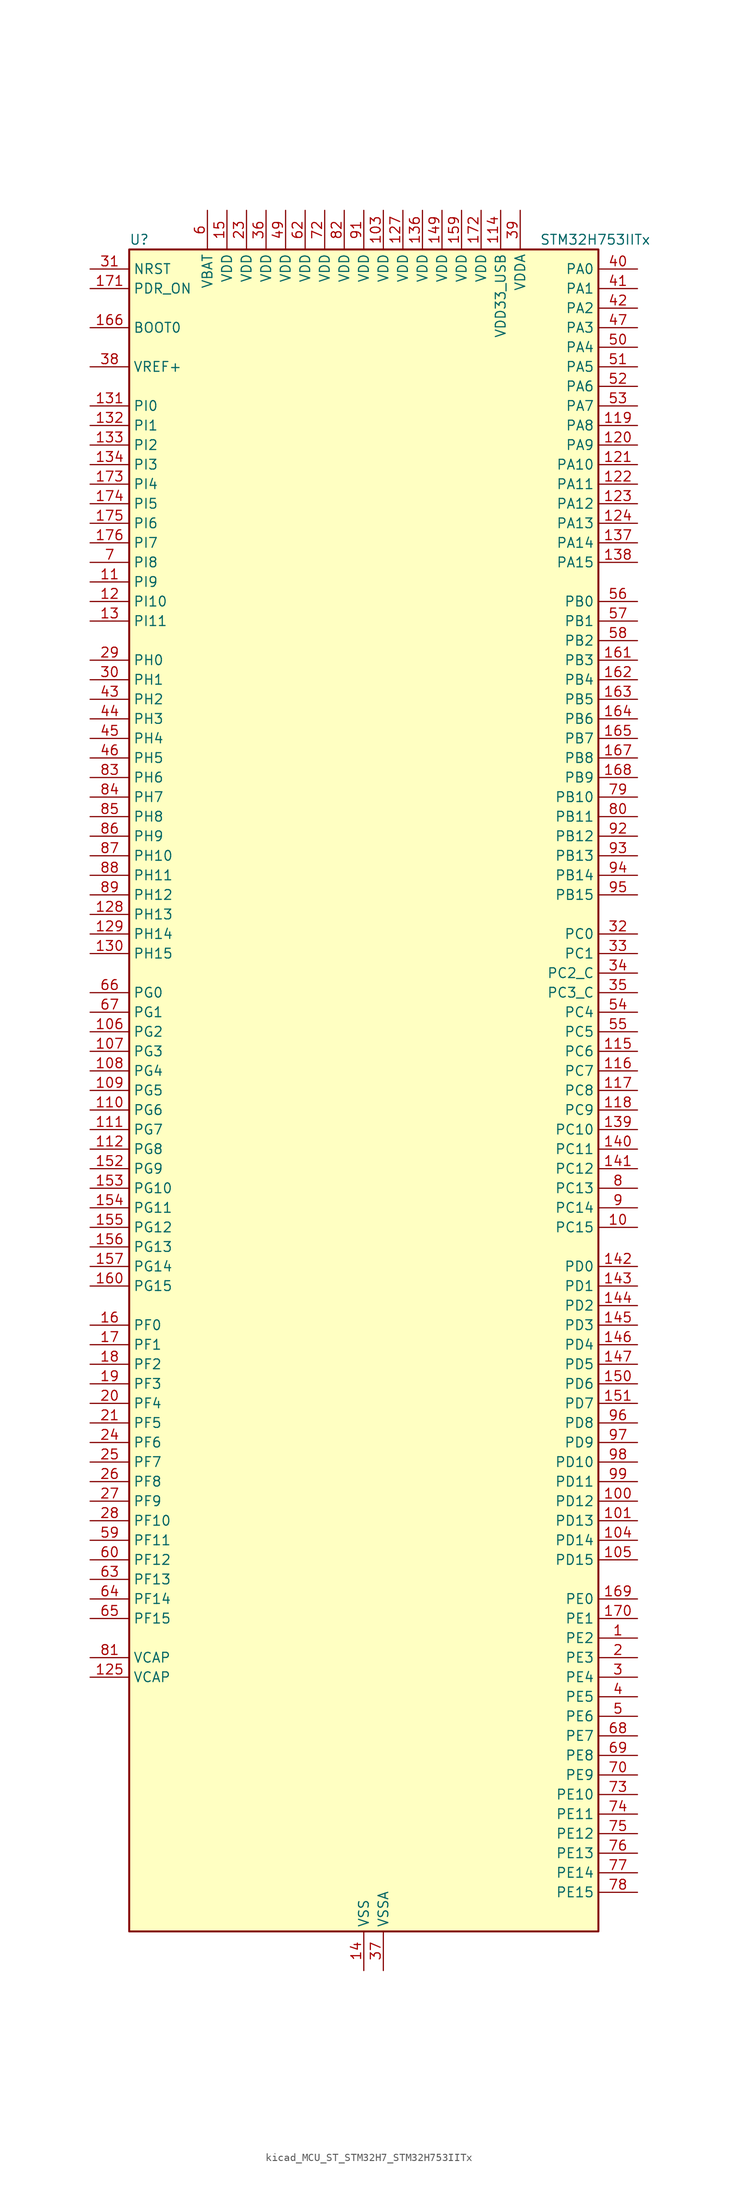
<source format=kicad_sym>
(kicad_symbol_lib
  (version 20220914)
  (generator kicad_symbol_editor)
  (symbol "kicad_MCU_ST_STM32H7_STM32H753IITx"
    (property "Reference" "U"
      (at -30.48 110.49 0)
      (effects (font (size 1.27 1.27)) (justify left)))
    (property "Value" "STM32H753IITx"
      (at 22.86 110.49 0)
      (effects (font (size 1.27 1.27)) (justify left)))
    (property "ki_locked" ""
      (at 0 0 0)
      (effects (font (size 1.27 1.27))))
    (symbol "kicad_MCU_ST_STM32H7_STM32H753IITx_0_1"
      (rectangle (start -30.48 -109.22) (end 30.48 109.22) (stroke (width 0.254) (type default)) (fill (type background))))
    (symbol "kicad_MCU_ST_STM32H7_STM32H753IITx_1_1"
      (pin bidirectional line (at 35.56 -71.12 180) (length 5.08) (name "PE2" (effects (font (size 1.27 1.27)))) (number "1" (effects (font (size 1.27 1.27)))) (alternate "DEBUG_TRACECLK" bidirectional line) (alternate "ETH_TXD3" bidirectional line) (alternate "FMC_A23" bidirectional line) (alternate "QUADSPI_BK1_IO2" bidirectional line) (alternate "SAI1_CK1" bidirectional line) (alternate "SAI1_MCLK_A" bidirectional line) (alternate "SAI4_CK1" bidirectional line) (alternate "SAI4_MCLK_A" bidirectional line) (alternate "SPI4_SCK" bidirectional line))
      (pin bidirectional line (at 35.56 -17.78 180) (length 5.08) (name "PC15" (effects (font (size 1.27 1.27)))) (number "10" (effects (font (size 1.27 1.27)))) (alternate "ADC1_EXTI15" bidirectional line) (alternate "ADC2_EXTI15" bidirectional line) (alternate "ADC3_EXTI15" bidirectional line) (alternate "RCC_OSC32_OUT" bidirectional line))
      (pin bidirectional line (at 35.56 -53.34 180) (length 5.08) (name "PD12" (effects (font (size 1.27 1.27)))) (number "100" (effects (font (size 1.27 1.27)))) (alternate "FMC_A17" bidirectional line) (alternate "FMC_ALE" bidirectional line) (alternate "I2C4_SCL" bidirectional line) (alternate "LPTIM1_IN1" bidirectional line) (alternate "LPTIM2_IN1" bidirectional line) (alternate "QUADSPI_BK1_IO1" bidirectional line) (alternate "SAI2_FS_A" bidirectional line) (alternate "TIM4_CH1" bidirectional line) (alternate "USART3_DE" bidirectional line) (alternate "USART3_RTS" bidirectional line))
      (pin bidirectional line (at 35.56 -55.88 180) (length 5.08) (name "PD13" (effects (font (size 1.27 1.27)))) (number "101" (effects (font (size 1.27 1.27)))) (alternate "FMC_A18" bidirectional line) (alternate "I2C4_SDA" bidirectional line) (alternate "LPTIM1_OUT" bidirectional line) (alternate "QUADSPI_BK1_IO3" bidirectional line) (alternate "SAI2_SCK_A" bidirectional line) (alternate "TIM4_CH2" bidirectional line))
      (pin passive line (at 0 -114.3 90) (length 5.08) hide (name "VSS" (effects (font (size 1.27 1.27)))) (number "102" (effects (font (size 1.27 1.27)))))
      (pin power_in line (at 2.54 114.3 270) (length 5.08) (name "VDD" (effects (font (size 1.27 1.27)))) (number "103" (effects (font (size 1.27 1.27)))))
      (pin bidirectional line (at 35.56 -58.42 180) (length 5.08) (name "PD14" (effects (font (size 1.27 1.27)))) (number "104" (effects (font (size 1.27 1.27)))) (alternate "FMC_D0" bidirectional line) (alternate "FMC_DA0" bidirectional line) (alternate "SAI3_MCLK_B" bidirectional line) (alternate "TIM4_CH3" bidirectional line) (alternate "UART8_CTS" bidirectional line))
      (pin bidirectional line (at 35.56 -60.96 180) (length 5.08) (name "PD15" (effects (font (size 1.27 1.27)))) (number "105" (effects (font (size 1.27 1.27)))) (alternate "ADC1_EXTI15" bidirectional line) (alternate "ADC2_EXTI15" bidirectional line) (alternate "ADC3_EXTI15" bidirectional line) (alternate "FMC_D1" bidirectional line) (alternate "FMC_DA1" bidirectional line) (alternate "SAI3_MCLK_A" bidirectional line) (alternate "TIM4_CH4" bidirectional line) (alternate "UART8_DE" bidirectional line) (alternate "UART8_RTS" bidirectional line))
      (pin bidirectional line (at -35.56 7.62 0) (length 5.08) (name "PG2" (effects (font (size 1.27 1.27)))) (number "106" (effects (font (size 1.27 1.27)))) (alternate "FMC_A12" bidirectional line) (alternate "TIM8_BKIN" bidirectional line) (alternate "TIM8_BKIN_COMP1" bidirectional line) (alternate "TIM8_BKIN_COMP2" bidirectional line))
      (pin bidirectional line (at -35.56 5.08 0) (length 5.08) (name "PG3" (effects (font (size 1.27 1.27)))) (number "107" (effects (font (size 1.27 1.27)))) (alternate "FMC_A13" bidirectional line) (alternate "TIM8_BKIN2" bidirectional line) (alternate "TIM8_BKIN2_COMP1" bidirectional line) (alternate "TIM8_BKIN2_COMP2" bidirectional line))
      (pin bidirectional line (at -35.56 2.54 0) (length 5.08) (name "PG4" (effects (font (size 1.27 1.27)))) (number "108" (effects (font (size 1.27 1.27)))) (alternate "FMC_A14" bidirectional line) (alternate "FMC_BA0" bidirectional line) (alternate "TIM1_BKIN2" bidirectional line) (alternate "TIM1_BKIN2_COMP1" bidirectional line) (alternate "TIM1_BKIN2_COMP2" bidirectional line))
      (pin bidirectional line (at -35.56 0 0) (length 5.08) (name "PG5" (effects (font (size 1.27 1.27)))) (number "109" (effects (font (size 1.27 1.27)))) (alternate "FMC_A15" bidirectional line) (alternate "FMC_BA1" bidirectional line) (alternate "TIM1_ETR" bidirectional line))
      (pin bidirectional line (at -35.56 66.04 0) (length 5.08) (name "PI9" (effects (font (size 1.27 1.27)))) (number "11" (effects (font (size 1.27 1.27)))) (alternate "DAC1_EXTI9" bidirectional line) (alternate "FDCAN1_RX" bidirectional line) (alternate "FMC_D30" bidirectional line) (alternate "LTDC_VSYNC" bidirectional line) (alternate "UART4_RX" bidirectional line))
      (pin bidirectional line (at -35.56 -2.54 0) (length 5.08) (name "PG6" (effects (font (size 1.27 1.27)))) (number "110" (effects (font (size 1.27 1.27)))) (alternate "DCMI_D12" bidirectional line) (alternate "FMC_NE3" bidirectional line) (alternate "HRTIM_CHE1" bidirectional line) (alternate "LTDC_R7" bidirectional line) (alternate "QUADSPI_BK1_NCS" bidirectional line) (alternate "TIM17_BKIN" bidirectional line))
      (pin bidirectional line (at -35.56 -5.08 0) (length 5.08) (name "PG7" (effects (font (size 1.27 1.27)))) (number "111" (effects (font (size 1.27 1.27)))) (alternate "DCMI_D13" bidirectional line) (alternate "FMC_INT" bidirectional line) (alternate "HRTIM_CHE2" bidirectional line) (alternate "LTDC_CLK" bidirectional line) (alternate "SAI1_MCLK_A" bidirectional line) (alternate "USART6_CK" bidirectional line))
      (pin bidirectional line (at -35.56 -7.62 0) (length 5.08) (name "PG8" (effects (font (size 1.27 1.27)))) (number "112" (effects (font (size 1.27 1.27)))) (alternate "ETH_PPS_OUT" bidirectional line) (alternate "FMC_SDCLK" bidirectional line) (alternate "LTDC_G7" bidirectional line) (alternate "SPDIFRX1_IN2" bidirectional line) (alternate "SPI6_NSS" bidirectional line) (alternate "TIM8_ETR" bidirectional line) (alternate "USART6_DE" bidirectional line) (alternate "USART6_RTS" bidirectional line))
      (pin passive line (at 0 -114.3 90) (length 5.08) hide (name "VSS" (effects (font (size 1.27 1.27)))) (number "113" (effects (font (size 1.27 1.27)))))
      (pin power_in line (at 17.78 114.3 270) (length 5.08) (name "VDD33_USB" (effects (font (size 1.27 1.27)))) (number "114" (effects (font (size 1.27 1.27)))))
      (pin bidirectional line (at 35.56 5.08 180) (length 5.08) (name "PC6" (effects (font (size 1.27 1.27)))) (number "115" (effects (font (size 1.27 1.27)))) (alternate "DCMI_D0" bidirectional line) (alternate "DFSDM1_CKIN3" bidirectional line) (alternate "FMC_NWAIT" bidirectional line) (alternate "HRTIM_CHA1" bidirectional line) (alternate "I2S2_MCK" bidirectional line) (alternate "LTDC_HSYNC" bidirectional line) (alternate "SDMMC1_D0DIR" bidirectional line) (alternate "SDMMC1_D6" bidirectional line) (alternate "SDMMC2_D6" bidirectional line) (alternate "SWPMI1_IO" bidirectional line) (alternate "TIM3_CH1" bidirectional line) (alternate "TIM8_CH1" bidirectional line) (alternate "USART6_TX" bidirectional line))
      (pin bidirectional line (at 35.56 2.54 180) (length 5.08) (name "PC7" (effects (font (size 1.27 1.27)))) (number "116" (effects (font (size 1.27 1.27)))) (alternate "DCMI_D1" bidirectional line) (alternate "DEBUG_TRGIO" bidirectional line) (alternate "DFSDM1_DATIN3" bidirectional line) (alternate "FMC_NE1" bidirectional line) (alternate "HRTIM_CHA2" bidirectional line) (alternate "I2S3_MCK" bidirectional line) (alternate "LTDC_G6" bidirectional line) (alternate "SDMMC1_D123DIR" bidirectional line) (alternate "SDMMC1_D7" bidirectional line) (alternate "SDMMC2_D7" bidirectional line) (alternate "SWPMI1_TX" bidirectional line) (alternate "TIM3_CH2" bidirectional line) (alternate "TIM8_CH2" bidirectional line) (alternate "USART6_RX" bidirectional line))
      (pin bidirectional line (at 35.56 0 180) (length 5.08) (name "PC8" (effects (font (size 1.27 1.27)))) (number "117" (effects (font (size 1.27 1.27)))) (alternate "DCMI_D2" bidirectional line) (alternate "DEBUG_TRACED1" bidirectional line) (alternate "FMC_NCE" bidirectional line) (alternate "FMC_NE2" bidirectional line) (alternate "HRTIM_CHB1" bidirectional line) (alternate "SDMMC1_D0" bidirectional line) (alternate "SWPMI1_RX" bidirectional line) (alternate "TIM3_CH3" bidirectional line) (alternate "TIM8_CH3" bidirectional line) (alternate "UART5_DE" bidirectional line) (alternate "UART5_RTS" bidirectional line) (alternate "USART6_CK" bidirectional line))
      (pin bidirectional line (at 35.56 -2.54 180) (length 5.08) (name "PC9" (effects (font (size 1.27 1.27)))) (number "118" (effects (font (size 1.27 1.27)))) (alternate "DAC1_EXTI9" bidirectional line) (alternate "DCMI_D3" bidirectional line) (alternate "I2C3_SDA" bidirectional line) (alternate "I2S_CKIN" bidirectional line) (alternate "LTDC_B2" bidirectional line) (alternate "LTDC_G3" bidirectional line) (alternate "QUADSPI_BK1_IO0" bidirectional line) (alternate "RCC_MCO_2" bidirectional line) (alternate "SDMMC1_D1" bidirectional line) (alternate "SWPMI1_SUSPEND" bidirectional line) (alternate "TIM3_CH4" bidirectional line) (alternate "TIM8_CH4" bidirectional line) (alternate "UART5_CTS" bidirectional line))
      (pin bidirectional line (at 35.56 86.36 180) (length 5.08) (name "PA8" (effects (font (size 1.27 1.27)))) (number "119" (effects (font (size 1.27 1.27)))) (alternate "HRTIM_CHB2" bidirectional line) (alternate "I2C3_SCL" bidirectional line) (alternate "LTDC_B3" bidirectional line) (alternate "LTDC_R6" bidirectional line) (alternate "RCC_MCO_1" bidirectional line) (alternate "TIM1_CH1" bidirectional line) (alternate "TIM8_BKIN2" bidirectional line) (alternate "TIM8_BKIN2_COMP1" bidirectional line) (alternate "TIM8_BKIN2_COMP2" bidirectional line) (alternate "UART7_RX" bidirectional line) (alternate "USART1_CK" bidirectional line) (alternate "USB_OTG_FS_SOF" bidirectional line))
      (pin bidirectional line (at -35.56 63.5 0) (length 5.08) (name "PI10" (effects (font (size 1.27 1.27)))) (number "12" (effects (font (size 1.27 1.27)))) (alternate "ETH_RX_ER" bidirectional line) (alternate "FMC_D31" bidirectional line) (alternate "LTDC_HSYNC" bidirectional line))
      (pin bidirectional line (at 35.56 83.82 180) (length 5.08) (name "PA9" (effects (font (size 1.27 1.27)))) (number "120" (effects (font (size 1.27 1.27)))) (alternate "DAC1_EXTI9" bidirectional line) (alternate "DCMI_D0" bidirectional line) (alternate "HRTIM_CHC1" bidirectional line) (alternate "I2C3_SMBA" bidirectional line) (alternate "I2S2_CK" bidirectional line) (alternate "LPUART1_TX" bidirectional line) (alternate "LTDC_R5" bidirectional line) (alternate "SPI2_SCK" bidirectional line) (alternate "TIM1_CH2" bidirectional line) (alternate "USART1_TX" bidirectional line) (alternate "USB_OTG_FS_VBUS" bidirectional line))
      (pin bidirectional line (at 35.56 81.28 180) (length 5.08) (name "PA10" (effects (font (size 1.27 1.27)))) (number "121" (effects (font (size 1.27 1.27)))) (alternate "DCMI_D1" bidirectional line) (alternate "HRTIM_CHC2" bidirectional line) (alternate "LPUART1_RX" bidirectional line) (alternate "LTDC_B1" bidirectional line) (alternate "LTDC_B4" bidirectional line) (alternate "MDIOS_MDIO" bidirectional line) (alternate "TIM1_CH3" bidirectional line) (alternate "USART1_RX" bidirectional line) (alternate "USB_OTG_FS_ID" bidirectional line))
      (pin bidirectional line (at 35.56 78.74 180) (length 5.08) (name "PA11" (effects (font (size 1.27 1.27)))) (number "122" (effects (font (size 1.27 1.27)))) (alternate "ADC1_EXTI11" bidirectional line) (alternate "ADC2_EXTI11" bidirectional line) (alternate "ADC3_EXTI11" bidirectional line) (alternate "FDCAN1_RX" bidirectional line) (alternate "HRTIM_CHD1" bidirectional line) (alternate "I2S2_WS" bidirectional line) (alternate "LPUART1_CTS" bidirectional line) (alternate "LTDC_R4" bidirectional line) (alternate "SPI2_NSS" bidirectional line) (alternate "TIM1_CH4" bidirectional line) (alternate "UART4_RX" bidirectional line) (alternate "USART1_CTS" bidirectional line) (alternate "USART1_NSS" bidirectional line) (alternate "USB_OTG_FS_DM" bidirectional line))
      (pin bidirectional line (at 35.56 76.2 180) (length 5.08) (name "PA12" (effects (font (size 1.27 1.27)))) (number "123" (effects (font (size 1.27 1.27)))) (alternate "FDCAN1_TX" bidirectional line) (alternate "HRTIM_CHD2" bidirectional line) (alternate "I2S2_CK" bidirectional line) (alternate "LPUART1_DE" bidirectional line) (alternate "LPUART1_RTS" bidirectional line) (alternate "LTDC_R5" bidirectional line) (alternate "SAI2_FS_B" bidirectional line) (alternate "SPI2_SCK" bidirectional line) (alternate "TIM1_ETR" bidirectional line) (alternate "UART4_TX" bidirectional line) (alternate "USART1_DE" bidirectional line) (alternate "USART1_RTS" bidirectional line) (alternate "USB_OTG_FS_DP" bidirectional line))
      (pin bidirectional line (at 35.56 73.66 180) (length 5.08) (name "PA13" (effects (font (size 1.27 1.27)))) (number "124" (effects (font (size 1.27 1.27)))) (alternate "DEBUG_JTMS-SWDIO" bidirectional line))
      (pin power_out line (at -35.56 -76.2 0) (length 5.08) (name "VCAP" (effects (font (size 1.27 1.27)))) (number "125" (effects (font (size 1.27 1.27)))))
      (pin passive line (at 0 -114.3 90) (length 5.08) hide (name "VSS" (effects (font (size 1.27 1.27)))) (number "126" (effects (font (size 1.27 1.27)))))
      (pin power_in line (at 5.08 114.3 270) (length 5.08) (name "VDD" (effects (font (size 1.27 1.27)))) (number "127" (effects (font (size 1.27 1.27)))))
      (pin bidirectional line (at -35.56 22.86 0) (length 5.08) (name "PH13" (effects (font (size 1.27 1.27)))) (number "128" (effects (font (size 1.27 1.27)))) (alternate "FDCAN1_TX" bidirectional line) (alternate "FMC_D21" bidirectional line) (alternate "LTDC_G2" bidirectional line) (alternate "TIM8_CH1N" bidirectional line) (alternate "UART4_TX" bidirectional line))
      (pin bidirectional line (at -35.56 20.32 0) (length 5.08) (name "PH14" (effects (font (size 1.27 1.27)))) (number "129" (effects (font (size 1.27 1.27)))) (alternate "DCMI_D4" bidirectional line) (alternate "FDCAN1_RX" bidirectional line) (alternate "FMC_D22" bidirectional line) (alternate "LTDC_G3" bidirectional line) (alternate "TIM8_CH2N" bidirectional line) (alternate "UART4_RX" bidirectional line))
      (pin bidirectional line (at -35.56 60.96 0) (length 5.08) (name "PI11" (effects (font (size 1.27 1.27)))) (number "13" (effects (font (size 1.27 1.27)))) (alternate "ADC1_EXTI11" bidirectional line) (alternate "ADC2_EXTI11" bidirectional line) (alternate "ADC3_EXTI11" bidirectional line) (alternate "LTDC_G6" bidirectional line) (alternate "PWR_WKUP4" bidirectional line) (alternate "USB_OTG_HS_ULPI_DIR" bidirectional line))
      (pin bidirectional line (at -35.56 17.78 0) (length 5.08) (name "PH15" (effects (font (size 1.27 1.27)))) (number "130" (effects (font (size 1.27 1.27)))) (alternate "ADC1_EXTI15" bidirectional line) (alternate "ADC2_EXTI15" bidirectional line) (alternate "ADC3_EXTI15" bidirectional line) (alternate "DCMI_D11" bidirectional line) (alternate "FMC_D23" bidirectional line) (alternate "LTDC_G4" bidirectional line) (alternate "TIM8_CH3N" bidirectional line))
      (pin bidirectional line (at -35.56 88.9 0) (length 5.08) (name "PI0" (effects (font (size 1.27 1.27)))) (number "131" (effects (font (size 1.27 1.27)))) (alternate "DCMI_D13" bidirectional line) (alternate "FMC_D24" bidirectional line) (alternate "I2S2_WS" bidirectional line) (alternate "LTDC_G5" bidirectional line) (alternate "SPI2_NSS" bidirectional line) (alternate "TIM5_CH4" bidirectional line))
      (pin bidirectional line (at -35.56 86.36 0) (length 5.08) (name "PI1" (effects (font (size 1.27 1.27)))) (number "132" (effects (font (size 1.27 1.27)))) (alternate "DCMI_D8" bidirectional line) (alternate "FMC_D25" bidirectional line) (alternate "I2S2_CK" bidirectional line) (alternate "LTDC_G6" bidirectional line) (alternate "SPI2_SCK" bidirectional line) (alternate "TIM8_BKIN2" bidirectional line) (alternate "TIM8_BKIN2_COMP1" bidirectional line) (alternate "TIM8_BKIN2_COMP2" bidirectional line))
      (pin bidirectional line (at -35.56 83.82 0) (length 5.08) (name "PI2" (effects (font (size 1.27 1.27)))) (number "133" (effects (font (size 1.27 1.27)))) (alternate "DCMI_D9" bidirectional line) (alternate "FMC_D26" bidirectional line) (alternate "I2S2_SDI" bidirectional line) (alternate "LTDC_G7" bidirectional line) (alternate "SPI2_MISO" bidirectional line) (alternate "TIM8_CH4" bidirectional line))
      (pin bidirectional line (at -35.56 81.28 0) (length 5.08) (name "PI3" (effects (font (size 1.27 1.27)))) (number "134" (effects (font (size 1.27 1.27)))) (alternate "DCMI_D10" bidirectional line) (alternate "FMC_D27" bidirectional line) (alternate "I2S2_SDO" bidirectional line) (alternate "SPI2_MOSI" bidirectional line) (alternate "TIM8_ETR" bidirectional line))
      (pin passive line (at 0 -114.3 90) (length 5.08) hide (name "VSS" (effects (font (size 1.27 1.27)))) (number "135" (effects (font (size 1.27 1.27)))))
      (pin power_in line (at 7.62 114.3 270) (length 5.08) (name "VDD" (effects (font (size 1.27 1.27)))) (number "136" (effects (font (size 1.27 1.27)))))
      (pin bidirectional line (at 35.56 71.12 180) (length 5.08) (name "PA14" (effects (font (size 1.27 1.27)))) (number "137" (effects (font (size 1.27 1.27)))) (alternate "DEBUG_JTCK-SWCLK" bidirectional line))
      (pin bidirectional line (at 35.56 68.58 180) (length 5.08) (name "PA15" (effects (font (size 1.27 1.27)))) (number "138" (effects (font (size 1.27 1.27)))) (alternate "ADC1_EXTI15" bidirectional line) (alternate "ADC2_EXTI15" bidirectional line) (alternate "ADC3_EXTI15" bidirectional line) (alternate "CEC" bidirectional line) (alternate "DEBUG_JTDI" bidirectional line) (alternate "HRTIM_FLT1" bidirectional line) (alternate "I2S1_WS" bidirectional line) (alternate "I2S3_WS" bidirectional line) (alternate "SPI1_NSS" bidirectional line) (alternate "SPI3_NSS" bidirectional line) (alternate "SPI6_NSS" bidirectional line) (alternate "TIM2_CH1" bidirectional line) (alternate "TIM2_ETR" bidirectional line) (alternate "UART4_DE" bidirectional line) (alternate "UART4_RTS" bidirectional line) (alternate "UART7_TX" bidirectional line))
      (pin bidirectional line (at 35.56 -5.08 180) (length 5.08) (name "PC10" (effects (font (size 1.27 1.27)))) (number "139" (effects (font (size 1.27 1.27)))) (alternate "DCMI_D8" bidirectional line) (alternate "DFSDM1_CKIN5" bidirectional line) (alternate "HRTIM_EEV1" bidirectional line) (alternate "I2S3_CK" bidirectional line) (alternate "LTDC_R2" bidirectional line) (alternate "QUADSPI_BK1_IO1" bidirectional line) (alternate "SDMMC1_D2" bidirectional line) (alternate "SPI3_SCK" bidirectional line) (alternate "UART4_TX" bidirectional line) (alternate "USART3_TX" bidirectional line))
      (pin power_in line (at 0 -114.3 90) (length 5.08) (name "VSS" (effects (font (size 1.27 1.27)))) (number "14" (effects (font (size 1.27 1.27)))))
      (pin bidirectional line (at 35.56 -7.62 180) (length 5.08) (name "PC11" (effects (font (size 1.27 1.27)))) (number "140" (effects (font (size 1.27 1.27)))) (alternate "ADC1_EXTI11" bidirectional line) (alternate "ADC2_EXTI11" bidirectional line) (alternate "ADC3_EXTI11" bidirectional line) (alternate "DCMI_D4" bidirectional line) (alternate "DFSDM1_DATIN5" bidirectional line) (alternate "HRTIM_FLT2" bidirectional line) (alternate "I2S3_SDI" bidirectional line) (alternate "QUADSPI_BK2_NCS" bidirectional line) (alternate "SDMMC1_D3" bidirectional line) (alternate "SPI3_MISO" bidirectional line) (alternate "UART4_RX" bidirectional line) (alternate "USART3_RX" bidirectional line))
      (pin bidirectional line (at 35.56 -10.16 180) (length 5.08) (name "PC12" (effects (font (size 1.27 1.27)))) (number "141" (effects (font (size 1.27 1.27)))) (alternate "DCMI_D9" bidirectional line) (alternate "DEBUG_TRACED3" bidirectional line) (alternate "HRTIM_EEV2" bidirectional line) (alternate "I2S3_SDO" bidirectional line) (alternate "SDMMC1_CK" bidirectional line) (alternate "SPI3_MOSI" bidirectional line) (alternate "UART5_TX" bidirectional line) (alternate "USART3_CK" bidirectional line))
      (pin bidirectional line (at 35.56 -22.86 180) (length 5.08) (name "PD0" (effects (font (size 1.27 1.27)))) (number "142" (effects (font (size 1.27 1.27)))) (alternate "DFSDM1_CKIN6" bidirectional line) (alternate "FDCAN1_RX" bidirectional line) (alternate "FMC_D2" bidirectional line) (alternate "FMC_DA2" bidirectional line) (alternate "SAI3_SCK_A" bidirectional line) (alternate "UART4_RX" bidirectional line))
      (pin bidirectional line (at 35.56 -25.4 180) (length 5.08) (name "PD1" (effects (font (size 1.27 1.27)))) (number "143" (effects (font (size 1.27 1.27)))) (alternate "DFSDM1_DATIN6" bidirectional line) (alternate "FDCAN1_TX" bidirectional line) (alternate "FMC_D3" bidirectional line) (alternate "FMC_DA3" bidirectional line) (alternate "SAI3_SD_A" bidirectional line) (alternate "UART4_TX" bidirectional line))
      (pin bidirectional line (at 35.56 -27.94 180) (length 5.08) (name "PD2" (effects (font (size 1.27 1.27)))) (number "144" (effects (font (size 1.27 1.27)))) (alternate "DCMI_D11" bidirectional line) (alternate "DEBUG_TRACED2" bidirectional line) (alternate "SDMMC1_CMD" bidirectional line) (alternate "TIM3_ETR" bidirectional line) (alternate "UART5_RX" bidirectional line))
      (pin bidirectional line (at 35.56 -30.48 180) (length 5.08) (name "PD3" (effects (font (size 1.27 1.27)))) (number "145" (effects (font (size 1.27 1.27)))) (alternate "DCMI_D5" bidirectional line) (alternate "DFSDM1_CKOUT" bidirectional line) (alternate "FMC_CLK" bidirectional line) (alternate "I2S2_CK" bidirectional line) (alternate "LTDC_G7" bidirectional line) (alternate "SPI2_SCK" bidirectional line) (alternate "USART2_CTS" bidirectional line) (alternate "USART2_NSS" bidirectional line))
      (pin bidirectional line (at 35.56 -33.02 180) (length 5.08) (name "PD4" (effects (font (size 1.27 1.27)))) (number "146" (effects (font (size 1.27 1.27)))) (alternate "FMC_NOE" bidirectional line) (alternate "HRTIM_FLT3" bidirectional line) (alternate "SAI3_FS_A" bidirectional line) (alternate "USART2_DE" bidirectional line) (alternate "USART2_RTS" bidirectional line))
      (pin bidirectional line (at 35.56 -35.56 180) (length 5.08) (name "PD5" (effects (font (size 1.27 1.27)))) (number "147" (effects (font (size 1.27 1.27)))) (alternate "FMC_NWE" bidirectional line) (alternate "HRTIM_EEV3" bidirectional line) (alternate "USART2_TX" bidirectional line))
      (pin passive line (at 0 -114.3 90) (length 5.08) hide (name "VSS" (effects (font (size 1.27 1.27)))) (number "148" (effects (font (size 1.27 1.27)))))
      (pin power_in line (at 10.16 114.3 270) (length 5.08) (name "VDD" (effects (font (size 1.27 1.27)))) (number "149" (effects (font (size 1.27 1.27)))))
      (pin power_in line (at -17.78 114.3 270) (length 5.08) (name "VDD" (effects (font (size 1.27 1.27)))) (number "15" (effects (font (size 1.27 1.27)))))
      (pin bidirectional line (at 35.56 -38.1 180) (length 5.08) (name "PD6" (effects (font (size 1.27 1.27)))) (number "150" (effects (font (size 1.27 1.27)))) (alternate "DCMI_D10" bidirectional line) (alternate "DFSDM1_CKIN4" bidirectional line) (alternate "DFSDM1_DATIN1" bidirectional line) (alternate "FMC_NWAIT" bidirectional line) (alternate "I2S3_SDO" bidirectional line) (alternate "LTDC_B2" bidirectional line) (alternate "SAI1_D1" bidirectional line) (alternate "SAI1_SD_A" bidirectional line) (alternate "SAI4_D1" bidirectional line) (alternate "SAI4_SD_A" bidirectional line) (alternate "SDMMC2_CK" bidirectional line) (alternate "SPI3_MOSI" bidirectional line) (alternate "USART2_RX" bidirectional line))
      (pin bidirectional line (at 35.56 -40.64 180) (length 5.08) (name "PD7" (effects (font (size 1.27 1.27)))) (number "151" (effects (font (size 1.27 1.27)))) (alternate "DFSDM1_CKIN1" bidirectional line) (alternate "DFSDM1_DATIN4" bidirectional line) (alternate "FMC_NE1" bidirectional line) (alternate "I2S1_SDO" bidirectional line) (alternate "SDMMC2_CMD" bidirectional line) (alternate "SPDIFRX1_IN0" bidirectional line) (alternate "SPI1_MOSI" bidirectional line) (alternate "USART2_CK" bidirectional line))
      (pin bidirectional line (at -35.56 -10.16 0) (length 5.08) (name "PG9" (effects (font (size 1.27 1.27)))) (number "152" (effects (font (size 1.27 1.27)))) (alternate "DAC1_EXTI9" bidirectional line) (alternate "DCMI_VSYNC" bidirectional line) (alternate "FMC_NCE" bidirectional line) (alternate "FMC_NE2" bidirectional line) (alternate "I2S1_SDI" bidirectional line) (alternate "QUADSPI_BK2_IO2" bidirectional line) (alternate "SAI2_FS_B" bidirectional line) (alternate "SPDIFRX1_IN3" bidirectional line) (alternate "SPI1_MISO" bidirectional line) (alternate "USART6_RX" bidirectional line))
      (pin bidirectional line (at -35.56 -12.7 0) (length 5.08) (name "PG10" (effects (font (size 1.27 1.27)))) (number "153" (effects (font (size 1.27 1.27)))) (alternate "DCMI_D2" bidirectional line) (alternate "FMC_NE3" bidirectional line) (alternate "HRTIM_FLT5" bidirectional line) (alternate "I2S1_WS" bidirectional line) (alternate "LTDC_B2" bidirectional line) (alternate "LTDC_G3" bidirectional line) (alternate "SAI2_SD_B" bidirectional line) (alternate "SPI1_NSS" bidirectional line))
      (pin bidirectional line (at -35.56 -15.24 0) (length 5.08) (name "PG11" (effects (font (size 1.27 1.27)))) (number "154" (effects (font (size 1.27 1.27)))) (alternate "ADC1_EXTI11" bidirectional line) (alternate "ADC2_EXTI11" bidirectional line) (alternate "ADC3_EXTI11" bidirectional line) (alternate "DCMI_D3" bidirectional line) (alternate "ETH_TX_EN" bidirectional line) (alternate "HRTIM_EEV4" bidirectional line) (alternate "I2S1_CK" bidirectional line) (alternate "LPTIM1_IN2" bidirectional line) (alternate "LTDC_B3" bidirectional line) (alternate "SDMMC2_D2" bidirectional line) (alternate "SPDIFRX1_IN0" bidirectional line) (alternate "SPI1_SCK" bidirectional line))
      (pin bidirectional line (at -35.56 -17.78 0) (length 5.08) (name "PG12" (effects (font (size 1.27 1.27)))) (number "155" (effects (font (size 1.27 1.27)))) (alternate "ETH_TXD1" bidirectional line) (alternate "FMC_NE4" bidirectional line) (alternate "HRTIM_EEV5" bidirectional line) (alternate "LPTIM1_IN1" bidirectional line) (alternate "LTDC_B1" bidirectional line) (alternate "LTDC_B4" bidirectional line) (alternate "SPDIFRX1_IN1" bidirectional line) (alternate "SPI6_MISO" bidirectional line) (alternate "USART6_DE" bidirectional line) (alternate "USART6_RTS" bidirectional line))
      (pin bidirectional line (at -35.56 -20.32 0) (length 5.08) (name "PG13" (effects (font (size 1.27 1.27)))) (number "156" (effects (font (size 1.27 1.27)))) (alternate "DEBUG_TRACED0" bidirectional line) (alternate "ETH_TXD0" bidirectional line) (alternate "FMC_A24" bidirectional line) (alternate "HRTIM_EEV10" bidirectional line) (alternate "LPTIM1_OUT" bidirectional line) (alternate "LTDC_R0" bidirectional line) (alternate "SPI6_SCK" bidirectional line) (alternate "USART6_CTS" bidirectional line) (alternate "USART6_NSS" bidirectional line))
      (pin bidirectional line (at -35.56 -22.86 0) (length 5.08) (name "PG14" (effects (font (size 1.27 1.27)))) (number "157" (effects (font (size 1.27 1.27)))) (alternate "DEBUG_TRACED1" bidirectional line) (alternate "ETH_TXD1" bidirectional line) (alternate "FMC_A25" bidirectional line) (alternate "LPTIM1_ETR" bidirectional line) (alternate "LTDC_B0" bidirectional line) (alternate "QUADSPI_BK2_IO3" bidirectional line) (alternate "SPI6_MOSI" bidirectional line) (alternate "USART6_TX" bidirectional line))
      (pin passive line (at 0 -114.3 90) (length 5.08) hide (name "VSS" (effects (font (size 1.27 1.27)))) (number "158" (effects (font (size 1.27 1.27)))))
      (pin power_in line (at 12.7 114.3 270) (length 5.08) (name "VDD" (effects (font (size 1.27 1.27)))) (number "159" (effects (font (size 1.27 1.27)))))
      (pin bidirectional line (at -35.56 -30.48 0) (length 5.08) (name "PF0" (effects (font (size 1.27 1.27)))) (number "16" (effects (font (size 1.27 1.27)))) (alternate "FMC_A0" bidirectional line) (alternate "I2C2_SDA" bidirectional line))
      (pin bidirectional line (at -35.56 -25.4 0) (length 5.08) (name "PG15" (effects (font (size 1.27 1.27)))) (number "160" (effects (font (size 1.27 1.27)))) (alternate "ADC1_EXTI15" bidirectional line) (alternate "ADC2_EXTI15" bidirectional line) (alternate "ADC3_EXTI15" bidirectional line) (alternate "DCMI_D13" bidirectional line) (alternate "FMC_SDNCAS" bidirectional line) (alternate "USART6_CTS" bidirectional line) (alternate "USART6_NSS" bidirectional line))
      (pin bidirectional line (at 35.56 55.88 180) (length 5.08) (name "PB3" (effects (font (size 1.27 1.27)))) (number "161" (effects (font (size 1.27 1.27)))) (alternate "CRS_SYNC" bidirectional line) (alternate "DEBUG_JTDO-SWO" bidirectional line) (alternate "HRTIM_FLT4" bidirectional line) (alternate "I2S1_CK" bidirectional line) (alternate "I2S3_CK" bidirectional line) (alternate "SDMMC2_D2" bidirectional line) (alternate "SPI1_SCK" bidirectional line) (alternate "SPI3_SCK" bidirectional line) (alternate "SPI6_SCK" bidirectional line) (alternate "TIM2_CH2" bidirectional line) (alternate "UART7_RX" bidirectional line))
      (pin bidirectional line (at 35.56 53.34 180) (length 5.08) (name "PB4" (effects (font (size 1.27 1.27)))) (number "162" (effects (font (size 1.27 1.27)))) (alternate "DEBUG_JTRST" bidirectional line) (alternate "HRTIM_EEV6" bidirectional line) (alternate "I2S1_SDI" bidirectional line) (alternate "I2S2_WS" bidirectional line) (alternate "I2S3_SDI" bidirectional line) (alternate "SDMMC2_D3" bidirectional line) (alternate "SPI1_MISO" bidirectional line) (alternate "SPI2_NSS" bidirectional line) (alternate "SPI3_MISO" bidirectional line) (alternate "SPI6_MISO" bidirectional line) (alternate "TIM16_BKIN" bidirectional line) (alternate "TIM3_CH1" bidirectional line) (alternate "UART7_TX" bidirectional line))
      (pin bidirectional line (at 35.56 50.8 180) (length 5.08) (name "PB5" (effects (font (size 1.27 1.27)))) (number "163" (effects (font (size 1.27 1.27)))) (alternate "DCMI_D10" bidirectional line) (alternate "ETH_PPS_OUT" bidirectional line) (alternate "FDCAN2_RX" bidirectional line) (alternate "FMC_SDCKE1" bidirectional line) (alternate "HRTIM_EEV7" bidirectional line) (alternate "I2C1_SMBA" bidirectional line) (alternate "I2C4_SMBA" bidirectional line) (alternate "I2S1_SDO" bidirectional line) (alternate "I2S3_SDO" bidirectional line) (alternate "SPI1_MOSI" bidirectional line) (alternate "SPI3_MOSI" bidirectional line) (alternate "SPI6_MOSI" bidirectional line) (alternate "TIM17_BKIN" bidirectional line) (alternate "TIM3_CH2" bidirectional line) (alternate "UART5_RX" bidirectional line) (alternate "USB_OTG_HS_ULPI_D7" bidirectional line))
      (pin bidirectional line (at 35.56 48.26 180) (length 5.08) (name "PB6" (effects (font (size 1.27 1.27)))) (number "164" (effects (font (size 1.27 1.27)))) (alternate "CEC" bidirectional line) (alternate "DCMI_D5" bidirectional line) (alternate "DFSDM1_DATIN5" bidirectional line) (alternate "FDCAN2_TX" bidirectional line) (alternate "FMC_SDNE1" bidirectional line) (alternate "HRTIM_EEV8" bidirectional line) (alternate "I2C1_SCL" bidirectional line) (alternate "I2C4_SCL" bidirectional line) (alternate "LPUART1_TX" bidirectional line) (alternate "QUADSPI_BK1_NCS" bidirectional line) (alternate "TIM16_CH1N" bidirectional line) (alternate "TIM4_CH1" bidirectional line) (alternate "UART5_TX" bidirectional line) (alternate "USART1_TX" bidirectional line))
      (pin bidirectional line (at 35.56 45.72 180) (length 5.08) (name "PB7" (effects (font (size 1.27 1.27)))) (number "165" (effects (font (size 1.27 1.27)))) (alternate "DCMI_VSYNC" bidirectional line) (alternate "DFSDM1_CKIN5" bidirectional line) (alternate "FMC_NL" bidirectional line) (alternate "HRTIM_EEV9" bidirectional line) (alternate "I2C1_SDA" bidirectional line) (alternate "I2C4_SDA" bidirectional line) (alternate "LPUART1_RX" bidirectional line) (alternate "PWR_PVD_IN" bidirectional line) (alternate "TIM17_CH1N" bidirectional line) (alternate "TIM4_CH2" bidirectional line) (alternate "USART1_RX" bidirectional line))
      (pin input line (at -35.56 99.06 0) (length 5.08) (name "BOOT0" (effects (font (size 1.27 1.27)))) (number "166" (effects (font (size 1.27 1.27)))))
      (pin bidirectional line (at 35.56 43.18 180) (length 5.08) (name "PB8" (effects (font (size 1.27 1.27)))) (number "167" (effects (font (size 1.27 1.27)))) (alternate "DCMI_D6" bidirectional line) (alternate "DFSDM1_CKIN7" bidirectional line) (alternate "ETH_TXD3" bidirectional line) (alternate "FDCAN1_RX" bidirectional line) (alternate "I2C1_SCL" bidirectional line) (alternate "I2C4_SCL" bidirectional line) (alternate "LTDC_B6" bidirectional line) (alternate "SDMMC1_CKIN" bidirectional line) (alternate "SDMMC1_D4" bidirectional line) (alternate "SDMMC2_D4" bidirectional line) (alternate "TIM16_CH1" bidirectional line) (alternate "TIM4_CH3" bidirectional line) (alternate "UART4_RX" bidirectional line))
      (pin bidirectional line (at 35.56 40.64 180) (length 5.08) (name "PB9" (effects (font (size 1.27 1.27)))) (number "168" (effects (font (size 1.27 1.27)))) (alternate "DAC1_EXTI9" bidirectional line) (alternate "DCMI_D7" bidirectional line) (alternate "DFSDM1_DATIN7" bidirectional line) (alternate "FDCAN1_TX" bidirectional line) (alternate "I2C1_SDA" bidirectional line) (alternate "I2C4_SDA" bidirectional line) (alternate "I2C4_SMBA" bidirectional line) (alternate "I2S2_WS" bidirectional line) (alternate "LTDC_B7" bidirectional line) (alternate "SDMMC1_CDIR" bidirectional line) (alternate "SDMMC1_D5" bidirectional line) (alternate "SDMMC2_D5" bidirectional line) (alternate "SPI2_NSS" bidirectional line) (alternate "TIM17_CH1" bidirectional line) (alternate "TIM4_CH4" bidirectional line) (alternate "UART4_TX" bidirectional line))
      (pin bidirectional line (at 35.56 -66.04 180) (length 5.08) (name "PE0" (effects (font (size 1.27 1.27)))) (number "169" (effects (font (size 1.27 1.27)))) (alternate "DCMI_D2" bidirectional line) (alternate "FMC_NBL0" bidirectional line) (alternate "HRTIM_SCIN" bidirectional line) (alternate "LPTIM1_ETR" bidirectional line) (alternate "LPTIM2_ETR" bidirectional line) (alternate "SAI2_MCLK_A" bidirectional line) (alternate "TIM4_ETR" bidirectional line) (alternate "UART8_RX" bidirectional line))
      (pin bidirectional line (at -35.56 -33.02 0) (length 5.08) (name "PF1" (effects (font (size 1.27 1.27)))) (number "17" (effects (font (size 1.27 1.27)))) (alternate "FMC_A1" bidirectional line) (alternate "I2C2_SCL" bidirectional line))
      (pin bidirectional line (at 35.56 -68.58 180) (length 5.08) (name "PE1" (effects (font (size 1.27 1.27)))) (number "170" (effects (font (size 1.27 1.27)))) (alternate "DCMI_D3" bidirectional line) (alternate "FMC_NBL1" bidirectional line) (alternate "HRTIM_SCOUT" bidirectional line) (alternate "LPTIM1_IN2" bidirectional line) (alternate "UART8_TX" bidirectional line))
      (pin input line (at -35.56 104.14 0) (length 5.08) (name "PDR_ON" (effects (font (size 1.27 1.27)))) (number "171" (effects (font (size 1.27 1.27)))))
      (pin power_in line (at 15.24 114.3 270) (length 5.08) (name "VDD" (effects (font (size 1.27 1.27)))) (number "172" (effects (font (size 1.27 1.27)))))
      (pin bidirectional line (at -35.56 78.74 0) (length 5.08) (name "PI4" (effects (font (size 1.27 1.27)))) (number "173" (effects (font (size 1.27 1.27)))) (alternate "DCMI_D5" bidirectional line) (alternate "FMC_NBL2" bidirectional line) (alternate "LTDC_B4" bidirectional line) (alternate "SAI2_MCLK_A" bidirectional line) (alternate "TIM8_BKIN" bidirectional line) (alternate "TIM8_BKIN_COMP1" bidirectional line) (alternate "TIM8_BKIN_COMP2" bidirectional line))
      (pin bidirectional line (at -35.56 76.2 0) (length 5.08) (name "PI5" (effects (font (size 1.27 1.27)))) (number "174" (effects (font (size 1.27 1.27)))) (alternate "DCMI_VSYNC" bidirectional line) (alternate "FMC_NBL3" bidirectional line) (alternate "LTDC_B5" bidirectional line) (alternate "SAI2_SCK_A" bidirectional line) (alternate "TIM8_CH1" bidirectional line))
      (pin bidirectional line (at -35.56 73.66 0) (length 5.08) (name "PI6" (effects (font (size 1.27 1.27)))) (number "175" (effects (font (size 1.27 1.27)))) (alternate "DCMI_D6" bidirectional line) (alternate "FMC_D28" bidirectional line) (alternate "LTDC_B6" bidirectional line) (alternate "SAI2_SD_A" bidirectional line) (alternate "TIM8_CH2" bidirectional line))
      (pin bidirectional line (at -35.56 71.12 0) (length 5.08) (name "PI7" (effects (font (size 1.27 1.27)))) (number "176" (effects (font (size 1.27 1.27)))) (alternate "DCMI_D7" bidirectional line) (alternate "FMC_D29" bidirectional line) (alternate "LTDC_B7" bidirectional line) (alternate "SAI2_FS_A" bidirectional line) (alternate "TIM8_CH3" bidirectional line))
      (pin bidirectional line (at -35.56 -35.56 0) (length 5.08) (name "PF2" (effects (font (size 1.27 1.27)))) (number "18" (effects (font (size 1.27 1.27)))) (alternate "FMC_A2" bidirectional line) (alternate "I2C2_SMBA" bidirectional line))
      (pin bidirectional line (at -35.56 -38.1 0) (length 5.08) (name "PF3" (effects (font (size 1.27 1.27)))) (number "19" (effects (font (size 1.27 1.27)))) (alternate "ADC3_INP5" bidirectional line) (alternate "FMC_A3" bidirectional line))
      (pin bidirectional line (at 35.56 -73.66 180) (length 5.08) (name "PE3" (effects (font (size 1.27 1.27)))) (number "2" (effects (font (size 1.27 1.27)))) (alternate "DEBUG_TRACED0" bidirectional line) (alternate "FMC_A19" bidirectional line) (alternate "SAI1_SD_B" bidirectional line) (alternate "SAI4_SD_B" bidirectional line) (alternate "TIM15_BKIN" bidirectional line))
      (pin bidirectional line (at -35.56 -40.64 0) (length 5.08) (name "PF4" (effects (font (size 1.27 1.27)))) (number "20" (effects (font (size 1.27 1.27)))) (alternate "ADC3_INN5" bidirectional line) (alternate "ADC3_INP9" bidirectional line) (alternate "FMC_A4" bidirectional line))
      (pin bidirectional line (at -35.56 -43.18 0) (length 5.08) (name "PF5" (effects (font (size 1.27 1.27)))) (number "21" (effects (font (size 1.27 1.27)))) (alternate "ADC3_INP4" bidirectional line) (alternate "FMC_A5" bidirectional line))
      (pin passive line (at 0 -114.3 90) (length 5.08) hide (name "VSS" (effects (font (size 1.27 1.27)))) (number "22" (effects (font (size 1.27 1.27)))))
      (pin power_in line (at -15.24 114.3 270) (length 5.08) (name "VDD" (effects (font (size 1.27 1.27)))) (number "23" (effects (font (size 1.27 1.27)))))
      (pin bidirectional line (at -35.56 -45.72 0) (length 5.08) (name "PF6" (effects (font (size 1.27 1.27)))) (number "24" (effects (font (size 1.27 1.27)))) (alternate "ADC3_INN4" bidirectional line) (alternate "ADC3_INP8" bidirectional line) (alternate "QUADSPI_BK1_IO3" bidirectional line) (alternate "SAI1_SD_B" bidirectional line) (alternate "SAI4_SD_B" bidirectional line) (alternate "SPI5_NSS" bidirectional line) (alternate "TIM16_CH1" bidirectional line) (alternate "UART7_RX" bidirectional line))
      (pin bidirectional line (at -35.56 -48.26 0) (length 5.08) (name "PF7" (effects (font (size 1.27 1.27)))) (number "25" (effects (font (size 1.27 1.27)))) (alternate "ADC3_INP3" bidirectional line) (alternate "QUADSPI_BK1_IO2" bidirectional line) (alternate "SAI1_MCLK_B" bidirectional line) (alternate "SAI4_MCLK_B" bidirectional line) (alternate "SPI5_SCK" bidirectional line) (alternate "TIM17_CH1" bidirectional line) (alternate "UART7_TX" bidirectional line))
      (pin bidirectional line (at -35.56 -50.8 0) (length 5.08) (name "PF8" (effects (font (size 1.27 1.27)))) (number "26" (effects (font (size 1.27 1.27)))) (alternate "ADC3_INN3" bidirectional line) (alternate "ADC3_INP7" bidirectional line) (alternate "QUADSPI_BK1_IO0" bidirectional line) (alternate "SAI1_SCK_B" bidirectional line) (alternate "SAI4_SCK_B" bidirectional line) (alternate "SPI5_MISO" bidirectional line) (alternate "TIM13_CH1" bidirectional line) (alternate "TIM16_CH1N" bidirectional line) (alternate "UART7_DE" bidirectional line) (alternate "UART7_RTS" bidirectional line))
      (pin bidirectional line (at -35.56 -53.34 0) (length 5.08) (name "PF9" (effects (font (size 1.27 1.27)))) (number "27" (effects (font (size 1.27 1.27)))) (alternate "ADC3_INP2" bidirectional line) (alternate "DAC1_EXTI9" bidirectional line) (alternate "QUADSPI_BK1_IO1" bidirectional line) (alternate "SAI1_FS_B" bidirectional line) (alternate "SAI4_FS_B" bidirectional line) (alternate "SPI5_MOSI" bidirectional line) (alternate "TIM14_CH1" bidirectional line) (alternate "TIM17_CH1N" bidirectional line) (alternate "UART7_CTS" bidirectional line))
      (pin bidirectional line (at -35.56 -55.88 0) (length 5.08) (name "PF10" (effects (font (size 1.27 1.27)))) (number "28" (effects (font (size 1.27 1.27)))) (alternate "ADC3_INN2" bidirectional line) (alternate "ADC3_INP6" bidirectional line) (alternate "DCMI_D11" bidirectional line) (alternate "LTDC_DE" bidirectional line) (alternate "QUADSPI_CLK" bidirectional line) (alternate "SAI1_D3" bidirectional line) (alternate "SAI4_D3" bidirectional line) (alternate "TIM16_BKIN" bidirectional line))
      (pin bidirectional line (at -35.56 55.88 0) (length 5.08) (name "PH0" (effects (font (size 1.27 1.27)))) (number "29" (effects (font (size 1.27 1.27)))) (alternate "RCC_OSC_IN" bidirectional line))
      (pin bidirectional line (at 35.56 -76.2 180) (length 5.08) (name "PE4" (effects (font (size 1.27 1.27)))) (number "3" (effects (font (size 1.27 1.27)))) (alternate "DCMI_D4" bidirectional line) (alternate "DEBUG_TRACED1" bidirectional line) (alternate "DFSDM1_DATIN3" bidirectional line) (alternate "FMC_A20" bidirectional line) (alternate "LTDC_B0" bidirectional line) (alternate "SAI1_D2" bidirectional line) (alternate "SAI1_FS_A" bidirectional line) (alternate "SAI4_D2" bidirectional line) (alternate "SAI4_FS_A" bidirectional line) (alternate "SPI4_NSS" bidirectional line) (alternate "TIM15_CH1N" bidirectional line))
      (pin bidirectional line (at -35.56 53.34 0) (length 5.08) (name "PH1" (effects (font (size 1.27 1.27)))) (number "30" (effects (font (size 1.27 1.27)))) (alternate "RCC_OSC_OUT" bidirectional line))
      (pin input line (at -35.56 106.68 0) (length 5.08) (name "NRST" (effects (font (size 1.27 1.27)))) (number "31" (effects (font (size 1.27 1.27)))))
      (pin bidirectional line (at 35.56 20.32 180) (length 5.08) (name "PC0" (effects (font (size 1.27 1.27)))) (number "32" (effects (font (size 1.27 1.27)))) (alternate "ADC1_INP10" bidirectional line) (alternate "ADC2_INP10" bidirectional line) (alternate "ADC3_INP10" bidirectional line) (alternate "DFSDM1_CKIN0" bidirectional line) (alternate "DFSDM1_DATIN4" bidirectional line) (alternate "FMC_SDNWE" bidirectional line) (alternate "LTDC_R5" bidirectional line) (alternate "SAI2_FS_B" bidirectional line) (alternate "USB_OTG_HS_ULPI_STP" bidirectional line))
      (pin bidirectional line (at 35.56 17.78 180) (length 5.08) (name "PC1" (effects (font (size 1.27 1.27)))) (number "33" (effects (font (size 1.27 1.27)))) (alternate "ADC1_INN10" bidirectional line) (alternate "ADC1_INP11" bidirectional line) (alternate "ADC2_INN10" bidirectional line) (alternate "ADC2_INP11" bidirectional line) (alternate "ADC3_INN10" bidirectional line) (alternate "ADC3_INP11" bidirectional line) (alternate "DEBUG_TRACED0" bidirectional line) (alternate "DFSDM1_CKIN4" bidirectional line) (alternate "DFSDM1_DATIN0" bidirectional line) (alternate "ETH_MDC" bidirectional line) (alternate "I2S2_SDO" bidirectional line) (alternate "MDIOS_MDC" bidirectional line) (alternate "PWR_WKUP5" bidirectional line) (alternate "RTC_TAMP3" bidirectional line) (alternate "SAI1_D1" bidirectional line) (alternate "SAI1_SD_A" bidirectional line) (alternate "SAI4_D1" bidirectional line) (alternate "SAI4_SD_A" bidirectional line) (alternate "SDMMC2_CK" bidirectional line) (alternate "SPI2_MOSI" bidirectional line))
      (pin bidirectional line (at 35.56 15.24 180) (length 5.08) (name "PC2_C" (effects (font (size 1.27 1.27)))) (number "34" (effects (font (size 1.27 1.27)))) (alternate "ADC3_INN1" bidirectional line) (alternate "ADC3_INP0" bidirectional line) (alternate "DFSDM1_CKIN1" bidirectional line) (alternate "DFSDM1_CKOUT" bidirectional line) (alternate "ETH_TXD2" bidirectional line) (alternate "FMC_SDNE0" bidirectional line) (alternate "I2S2_SDI" bidirectional line) (alternate "PWR_CSTOP" bidirectional line) (alternate "SPI2_MISO" bidirectional line) (alternate "USB_OTG_HS_ULPI_DIR" bidirectional line))
      (pin bidirectional line (at 35.56 12.7 180) (length 5.08) (name "PC3_C" (effects (font (size 1.27 1.27)))) (number "35" (effects (font (size 1.27 1.27)))) (alternate "ADC3_INP1" bidirectional line) (alternate "DFSDM1_DATIN1" bidirectional line) (alternate "ETH_TX_CLK" bidirectional line) (alternate "FMC_SDCKE0" bidirectional line) (alternate "I2S2_SDO" bidirectional line) (alternate "PWR_CSLEEP" bidirectional line) (alternate "SPI2_MOSI" bidirectional line) (alternate "USB_OTG_HS_ULPI_NXT" bidirectional line))
      (pin power_in line (at -12.7 114.3 270) (length 5.08) (name "VDD" (effects (font (size 1.27 1.27)))) (number "36" (effects (font (size 1.27 1.27)))))
      (pin power_in line (at 2.54 -114.3 90) (length 5.08) (name "VSSA" (effects (font (size 1.27 1.27)))) (number "37" (effects (font (size 1.27 1.27)))))
      (pin input line (at -35.56 93.98 0) (length 5.08) (name "VREF+" (effects (font (size 1.27 1.27)))) (number "38" (effects (font (size 1.27 1.27)))) (alternate "VREFBUF_OUT" bidirectional line))
      (pin power_in line (at 20.32 114.3 270) (length 5.08) (name "VDDA" (effects (font (size 1.27 1.27)))) (number "39" (effects (font (size 1.27 1.27)))))
      (pin bidirectional line (at 35.56 -78.74 180) (length 5.08) (name "PE5" (effects (font (size 1.27 1.27)))) (number "4" (effects (font (size 1.27 1.27)))) (alternate "DCMI_D6" bidirectional line) (alternate "DEBUG_TRACED2" bidirectional line) (alternate "DFSDM1_CKIN3" bidirectional line) (alternate "FMC_A21" bidirectional line) (alternate "LTDC_G0" bidirectional line) (alternate "SAI1_CK2" bidirectional line) (alternate "SAI1_SCK_A" bidirectional line) (alternate "SAI4_CK2" bidirectional line) (alternate "SAI4_SCK_A" bidirectional line) (alternate "SPI4_MISO" bidirectional line) (alternate "TIM15_CH1" bidirectional line))
      (pin bidirectional line (at 35.56 106.68 180) (length 5.08) (name "PA0" (effects (font (size 1.27 1.27)))) (number "40" (effects (font (size 1.27 1.27)))) (alternate "ADC1_INP16" bidirectional line) (alternate "ETH_CRS" bidirectional line) (alternate "PWR_WKUP0" bidirectional line) (alternate "SAI2_SD_B" bidirectional line) (alternate "SDMMC2_CMD" bidirectional line) (alternate "TIM15_BKIN" bidirectional line) (alternate "TIM2_CH1" bidirectional line) (alternate "TIM2_ETR" bidirectional line) (alternate "TIM5_CH1" bidirectional line) (alternate "TIM8_ETR" bidirectional line) (alternate "UART4_TX" bidirectional line) (alternate "USART2_CTS" bidirectional line) (alternate "USART2_NSS" bidirectional line))
      (pin bidirectional line (at 35.56 104.14 180) (length 5.08) (name "PA1" (effects (font (size 1.27 1.27)))) (number "41" (effects (font (size 1.27 1.27)))) (alternate "ADC1_INN16" bidirectional line) (alternate "ADC1_INP17" bidirectional line) (alternate "ETH_REF_CLK" bidirectional line) (alternate "ETH_RX_CLK" bidirectional line) (alternate "LPTIM3_OUT" bidirectional line) (alternate "LTDC_R2" bidirectional line) (alternate "QUADSPI_BK1_IO3" bidirectional line) (alternate "SAI2_MCLK_B" bidirectional line) (alternate "TIM15_CH1N" bidirectional line) (alternate "TIM2_CH2" bidirectional line) (alternate "TIM5_CH2" bidirectional line) (alternate "UART4_RX" bidirectional line) (alternate "USART2_DE" bidirectional line) (alternate "USART2_RTS" bidirectional line))
      (pin bidirectional line (at 35.56 101.6 180) (length 5.08) (name "PA2" (effects (font (size 1.27 1.27)))) (number "42" (effects (font (size 1.27 1.27)))) (alternate "ADC1_INP14" bidirectional line) (alternate "ADC2_INP14" bidirectional line) (alternate "ETH_MDIO" bidirectional line) (alternate "LPTIM4_OUT" bidirectional line) (alternate "LTDC_R1" bidirectional line) (alternate "MDIOS_MDIO" bidirectional line) (alternate "PWR_WKUP1" bidirectional line) (alternate "SAI2_SCK_B" bidirectional line) (alternate "TIM15_CH1" bidirectional line) (alternate "TIM2_CH3" bidirectional line) (alternate "TIM5_CH3" bidirectional line) (alternate "USART2_TX" bidirectional line))
      (pin bidirectional line (at -35.56 50.8 0) (length 5.08) (name "PH2" (effects (font (size 1.27 1.27)))) (number "43" (effects (font (size 1.27 1.27)))) (alternate "ADC3_INP13" bidirectional line) (alternate "ETH_CRS" bidirectional line) (alternate "FMC_SDCKE0" bidirectional line) (alternate "LPTIM1_IN2" bidirectional line) (alternate "LTDC_R0" bidirectional line) (alternate "QUADSPI_BK2_IO0" bidirectional line) (alternate "SAI2_SCK_B" bidirectional line))
      (pin bidirectional line (at -35.56 48.26 0) (length 5.08) (name "PH3" (effects (font (size 1.27 1.27)))) (number "44" (effects (font (size 1.27 1.27)))) (alternate "ADC3_INN13" bidirectional line) (alternate "ADC3_INP14" bidirectional line) (alternate "ETH_COL" bidirectional line) (alternate "FMC_SDNE0" bidirectional line) (alternate "LTDC_R1" bidirectional line) (alternate "QUADSPI_BK2_IO1" bidirectional line) (alternate "SAI2_MCLK_B" bidirectional line))
      (pin bidirectional line (at -35.56 45.72 0) (length 5.08) (name "PH4" (effects (font (size 1.27 1.27)))) (number "45" (effects (font (size 1.27 1.27)))) (alternate "ADC3_INN14" bidirectional line) (alternate "ADC3_INP15" bidirectional line) (alternate "I2C2_SCL" bidirectional line) (alternate "LTDC_G4" bidirectional line) (alternate "LTDC_G5" bidirectional line) (alternate "USB_OTG_HS_ULPI_NXT" bidirectional line))
      (pin bidirectional line (at -35.56 43.18 0) (length 5.08) (name "PH5" (effects (font (size 1.27 1.27)))) (number "46" (effects (font (size 1.27 1.27)))) (alternate "ADC3_INN15" bidirectional line) (alternate "ADC3_INP16" bidirectional line) (alternate "FMC_SDNWE" bidirectional line) (alternate "I2C2_SDA" bidirectional line) (alternate "SPI5_NSS" bidirectional line))
      (pin bidirectional line (at 35.56 99.06 180) (length 5.08) (name "PA3" (effects (font (size 1.27 1.27)))) (number "47" (effects (font (size 1.27 1.27)))) (alternate "ADC1_INP15" bidirectional line) (alternate "ADC2_INP15" bidirectional line) (alternate "ETH_COL" bidirectional line) (alternate "LPTIM5_OUT" bidirectional line) (alternate "LTDC_B2" bidirectional line) (alternate "LTDC_B5" bidirectional line) (alternate "TIM15_CH2" bidirectional line) (alternate "TIM2_CH4" bidirectional line) (alternate "TIM5_CH4" bidirectional line) (alternate "USART2_RX" bidirectional line) (alternate "USB_OTG_HS_ULPI_D0" bidirectional line))
      (pin passive line (at 0 -114.3 90) (length 5.08) hide (name "VSS" (effects (font (size 1.27 1.27)))) (number "48" (effects (font (size 1.27 1.27)))))
      (pin power_in line (at -10.16 114.3 270) (length 5.08) (name "VDD" (effects (font (size 1.27 1.27)))) (number "49" (effects (font (size 1.27 1.27)))))
      (pin bidirectional line (at 35.56 -81.28 180) (length 5.08) (name "PE6" (effects (font (size 1.27 1.27)))) (number "5" (effects (font (size 1.27 1.27)))) (alternate "DCMI_D7" bidirectional line) (alternate "DEBUG_TRACED3" bidirectional line) (alternate "FMC_A22" bidirectional line) (alternate "LTDC_G1" bidirectional line) (alternate "SAI1_D1" bidirectional line) (alternate "SAI1_SD_A" bidirectional line) (alternate "SAI2_MCLK_B" bidirectional line) (alternate "SAI4_D1" bidirectional line) (alternate "SAI4_SD_A" bidirectional line) (alternate "SPI4_MOSI" bidirectional line) (alternate "TIM15_CH2" bidirectional line) (alternate "TIM1_BKIN2" bidirectional line) (alternate "TIM1_BKIN2_COMP1" bidirectional line) (alternate "TIM1_BKIN2_COMP2" bidirectional line))
      (pin bidirectional line (at 35.56 96.52 180) (length 5.08) (name "PA4" (effects (font (size 1.27 1.27)))) (number "50" (effects (font (size 1.27 1.27)))) (alternate "ADC1_INP18" bidirectional line) (alternate "ADC2_INP18" bidirectional line) (alternate "DAC1_OUT1" bidirectional line) (alternate "DCMI_HSYNC" bidirectional line) (alternate "I2S1_WS" bidirectional line) (alternate "I2S3_WS" bidirectional line) (alternate "LTDC_VSYNC" bidirectional line) (alternate "SPI1_NSS" bidirectional line) (alternate "SPI3_NSS" bidirectional line) (alternate "SPI6_NSS" bidirectional line) (alternate "TIM5_ETR" bidirectional line) (alternate "USART2_CK" bidirectional line) (alternate "USB_OTG_HS_SOF" bidirectional line))
      (pin bidirectional line (at 35.56 93.98 180) (length 5.08) (name "PA5" (effects (font (size 1.27 1.27)))) (number "51" (effects (font (size 1.27 1.27)))) (alternate "ADC1_INN18" bidirectional line) (alternate "ADC1_INP19" bidirectional line) (alternate "ADC2_INN18" bidirectional line) (alternate "ADC2_INP19" bidirectional line) (alternate "DAC1_OUT2" bidirectional line) (alternate "I2S1_CK" bidirectional line) (alternate "LTDC_R4" bidirectional line) (alternate "PWR_NDSTOP2" bidirectional line) (alternate "SPI1_SCK" bidirectional line) (alternate "SPI6_SCK" bidirectional line) (alternate "TIM2_CH1" bidirectional line) (alternate "TIM2_ETR" bidirectional line) (alternate "TIM8_CH1N" bidirectional line) (alternate "USB_OTG_HS_ULPI_CK" bidirectional line))
      (pin bidirectional line (at 35.56 91.44 180) (length 5.08) (name "PA6" (effects (font (size 1.27 1.27)))) (number "52" (effects (font (size 1.27 1.27)))) (alternate "ADC1_INP3" bidirectional line) (alternate "ADC2_INP3" bidirectional line) (alternate "DCMI_PIXCLK" bidirectional line) (alternate "I2S1_SDI" bidirectional line) (alternate "LTDC_G2" bidirectional line) (alternate "MDIOS_MDC" bidirectional line) (alternate "SPI1_MISO" bidirectional line) (alternate "SPI6_MISO" bidirectional line) (alternate "TIM13_CH1" bidirectional line) (alternate "TIM1_BKIN" bidirectional line) (alternate "TIM1_BKIN_COMP1" bidirectional line) (alternate "TIM1_BKIN_COMP2" bidirectional line) (alternate "TIM3_CH1" bidirectional line) (alternate "TIM8_BKIN" bidirectional line) (alternate "TIM8_BKIN_COMP1" bidirectional line) (alternate "TIM8_BKIN_COMP2" bidirectional line))
      (pin bidirectional line (at 35.56 88.9 180) (length 5.08) (name "PA7" (effects (font (size 1.27 1.27)))) (number "53" (effects (font (size 1.27 1.27)))) (alternate "ADC1_INN3" bidirectional line) (alternate "ADC1_INP7" bidirectional line) (alternate "ADC2_INN3" bidirectional line) (alternate "ADC2_INP7" bidirectional line) (alternate "ETH_CRS_DV" bidirectional line) (alternate "ETH_RX_DV" bidirectional line) (alternate "FMC_SDNWE" bidirectional line) (alternate "I2S1_SDO" bidirectional line) (alternate "OPAMP1_VINM" bidirectional line) (alternate "OPAMP1_VINM1" bidirectional line) (alternate "SPI1_MOSI" bidirectional line) (alternate "SPI6_MOSI" bidirectional line) (alternate "TIM14_CH1" bidirectional line) (alternate "TIM1_CH1N" bidirectional line) (alternate "TIM3_CH2" bidirectional line) (alternate "TIM8_CH1N" bidirectional line))
      (pin bidirectional line (at 35.56 10.16 180) (length 5.08) (name "PC4" (effects (font (size 1.27 1.27)))) (number "54" (effects (font (size 1.27 1.27)))) (alternate "ADC1_INP4" bidirectional line) (alternate "ADC2_INP4" bidirectional line) (alternate "COMP1_INM" bidirectional line) (alternate "DFSDM1_CKIN2" bidirectional line) (alternate "ETH_RXD0" bidirectional line) (alternate "FMC_SDNE0" bidirectional line) (alternate "I2S1_MCK" bidirectional line) (alternate "OPAMP1_VOUT" bidirectional line) (alternate "SPDIFRX1_IN2" bidirectional line))
      (pin bidirectional line (at 35.56 7.62 180) (length 5.08) (name "PC5" (effects (font (size 1.27 1.27)))) (number "55" (effects (font (size 1.27 1.27)))) (alternate "ADC1_INN4" bidirectional line) (alternate "ADC1_INP8" bidirectional line) (alternate "ADC2_INN4" bidirectional line) (alternate "ADC2_INP8" bidirectional line) (alternate "COMP1_OUT" bidirectional line) (alternate "DFSDM1_DATIN2" bidirectional line) (alternate "ETH_RXD1" bidirectional line) (alternate "FMC_SDCKE0" bidirectional line) (alternate "OPAMP1_VINM" bidirectional line) (alternate "OPAMP1_VINM0" bidirectional line) (alternate "SAI1_D3" bidirectional line) (alternate "SAI4_D3" bidirectional line) (alternate "SPDIFRX1_IN3" bidirectional line))
      (pin bidirectional line (at 35.56 63.5 180) (length 5.08) (name "PB0" (effects (font (size 1.27 1.27)))) (number "56" (effects (font (size 1.27 1.27)))) (alternate "ADC1_INN5" bidirectional line) (alternate "ADC1_INP9" bidirectional line) (alternate "ADC2_INN5" bidirectional line) (alternate "ADC2_INP9" bidirectional line) (alternate "COMP1_INP" bidirectional line) (alternate "DFSDM1_CKOUT" bidirectional line) (alternate "ETH_RXD2" bidirectional line) (alternate "LTDC_G1" bidirectional line) (alternate "LTDC_R3" bidirectional line) (alternate "OPAMP1_VINP" bidirectional line) (alternate "TIM1_CH2N" bidirectional line) (alternate "TIM3_CH3" bidirectional line) (alternate "TIM8_CH2N" bidirectional line) (alternate "UART4_CTS" bidirectional line) (alternate "USB_OTG_HS_ULPI_D1" bidirectional line))
      (pin bidirectional line (at 35.56 60.96 180) (length 5.08) (name "PB1" (effects (font (size 1.27 1.27)))) (number "57" (effects (font (size 1.27 1.27)))) (alternate "ADC1_INP5" bidirectional line) (alternate "ADC2_INP5" bidirectional line) (alternate "COMP1_INM" bidirectional line) (alternate "DFSDM1_DATIN1" bidirectional line) (alternate "ETH_RXD3" bidirectional line) (alternate "LTDC_G0" bidirectional line) (alternate "LTDC_R6" bidirectional line) (alternate "TIM1_CH3N" bidirectional line) (alternate "TIM3_CH4" bidirectional line) (alternate "TIM8_CH3N" bidirectional line) (alternate "USB_OTG_HS_ULPI_D2" bidirectional line))
      (pin bidirectional line (at 35.56 58.42 180) (length 5.08) (name "PB2" (effects (font (size 1.27 1.27)))) (number "58" (effects (font (size 1.27 1.27)))) (alternate "COMP1_INP" bidirectional line) (alternate "DFSDM1_CKIN1" bidirectional line) (alternate "I2S3_SDO" bidirectional line) (alternate "QUADSPI_CLK" bidirectional line) (alternate "RTC_OUT_ALARM" bidirectional line) (alternate "RTC_OUT_CALIB" bidirectional line) (alternate "SAI1_D1" bidirectional line) (alternate "SAI1_SD_A" bidirectional line) (alternate "SAI4_D1" bidirectional line) (alternate "SAI4_SD_A" bidirectional line) (alternate "SPI3_MOSI" bidirectional line))
      (pin bidirectional line (at -35.56 -58.42 0) (length 5.08) (name "PF11" (effects (font (size 1.27 1.27)))) (number "59" (effects (font (size 1.27 1.27)))) (alternate "ADC1_EXTI11" bidirectional line) (alternate "ADC1_INP2" bidirectional line) (alternate "ADC2_EXTI11" bidirectional line) (alternate "ADC3_EXTI11" bidirectional line) (alternate "DCMI_D12" bidirectional line) (alternate "FMC_SDNRAS" bidirectional line) (alternate "SAI2_SD_B" bidirectional line) (alternate "SPI5_MOSI" bidirectional line))
      (pin power_in line (at -20.32 114.3 270) (length 5.08) (name "VBAT" (effects (font (size 1.27 1.27)))) (number "6" (effects (font (size 1.27 1.27)))))
      (pin bidirectional line (at -35.56 -60.96 0) (length 5.08) (name "PF12" (effects (font (size 1.27 1.27)))) (number "60" (effects (font (size 1.27 1.27)))) (alternate "ADC1_INN2" bidirectional line) (alternate "ADC1_INP6" bidirectional line) (alternate "FMC_A6" bidirectional line))
      (pin passive line (at 0 -114.3 90) (length 5.08) hide (name "VSS" (effects (font (size 1.27 1.27)))) (number "61" (effects (font (size 1.27 1.27)))))
      (pin power_in line (at -7.62 114.3 270) (length 5.08) (name "VDD" (effects (font (size 1.27 1.27)))) (number "62" (effects (font (size 1.27 1.27)))))
      (pin bidirectional line (at -35.56 -63.5 0) (length 5.08) (name "PF13" (effects (font (size 1.27 1.27)))) (number "63" (effects (font (size 1.27 1.27)))) (alternate "ADC2_INP2" bidirectional line) (alternate "DFSDM1_DATIN6" bidirectional line) (alternate "FMC_A7" bidirectional line) (alternate "I2C4_SMBA" bidirectional line))
      (pin bidirectional line (at -35.56 -66.04 0) (length 5.08) (name "PF14" (effects (font (size 1.27 1.27)))) (number "64" (effects (font (size 1.27 1.27)))) (alternate "ADC2_INN2" bidirectional line) (alternate "ADC2_INP6" bidirectional line) (alternate "DFSDM1_CKIN6" bidirectional line) (alternate "FMC_A8" bidirectional line) (alternate "I2C4_SCL" bidirectional line))
      (pin bidirectional line (at -35.56 -68.58 0) (length 5.08) (name "PF15" (effects (font (size 1.27 1.27)))) (number "65" (effects (font (size 1.27 1.27)))) (alternate "ADC1_EXTI15" bidirectional line) (alternate "ADC2_EXTI15" bidirectional line) (alternate "ADC3_EXTI15" bidirectional line) (alternate "FMC_A9" bidirectional line) (alternate "I2C4_SDA" bidirectional line))
      (pin bidirectional line (at -35.56 12.7 0) (length 5.08) (name "PG0" (effects (font (size 1.27 1.27)))) (number "66" (effects (font (size 1.27 1.27)))) (alternate "FMC_A10" bidirectional line))
      (pin bidirectional line (at -35.56 10.16 0) (length 5.08) (name "PG1" (effects (font (size 1.27 1.27)))) (number "67" (effects (font (size 1.27 1.27)))) (alternate "FMC_A11" bidirectional line) (alternate "OPAMP2_VINM" bidirectional line) (alternate "OPAMP2_VINM1" bidirectional line))
      (pin bidirectional line (at 35.56 -83.82 180) (length 5.08) (name "PE7" (effects (font (size 1.27 1.27)))) (number "68" (effects (font (size 1.27 1.27)))) (alternate "COMP2_INM" bidirectional line) (alternate "DFSDM1_DATIN2" bidirectional line) (alternate "FMC_D4" bidirectional line) (alternate "FMC_DA4" bidirectional line) (alternate "OPAMP2_VOUT" bidirectional line) (alternate "QUADSPI_BK2_IO0" bidirectional line) (alternate "TIM1_ETR" bidirectional line) (alternate "UART7_RX" bidirectional line))
      (pin bidirectional line (at 35.56 -86.36 180) (length 5.08) (name "PE8" (effects (font (size 1.27 1.27)))) (number "69" (effects (font (size 1.27 1.27)))) (alternate "COMP2_OUT" bidirectional line) (alternate "DFSDM1_CKIN2" bidirectional line) (alternate "FMC_D5" bidirectional line) (alternate "FMC_DA5" bidirectional line) (alternate "OPAMP2_VINM" bidirectional line) (alternate "OPAMP2_VINM0" bidirectional line) (alternate "QUADSPI_BK2_IO1" bidirectional line) (alternate "TIM1_CH1N" bidirectional line) (alternate "UART7_TX" bidirectional line))
      (pin bidirectional line (at -35.56 68.58 0) (length 5.08) (name "PI8" (effects (font (size 1.27 1.27)))) (number "7" (effects (font (size 1.27 1.27)))) (alternate "PWR_WKUP3" bidirectional line) (alternate "RTC_TAMP2" bidirectional line))
      (pin bidirectional line (at 35.56 -88.9 180) (length 5.08) (name "PE9" (effects (font (size 1.27 1.27)))) (number "70" (effects (font (size 1.27 1.27)))) (alternate "COMP2_INP" bidirectional line) (alternate "DAC1_EXTI9" bidirectional line) (alternate "DFSDM1_CKOUT" bidirectional line) (alternate "FMC_D6" bidirectional line) (alternate "FMC_DA6" bidirectional line) (alternate "OPAMP2_VINP" bidirectional line) (alternate "QUADSPI_BK2_IO2" bidirectional line) (alternate "TIM1_CH1" bidirectional line) (alternate "UART7_DE" bidirectional line) (alternate "UART7_RTS" bidirectional line))
      (pin passive line (at 0 -114.3 90) (length 5.08) hide (name "VSS" (effects (font (size 1.27 1.27)))) (number "71" (effects (font (size 1.27 1.27)))))
      (pin power_in line (at -5.08 114.3 270) (length 5.08) (name "VDD" (effects (font (size 1.27 1.27)))) (number "72" (effects (font (size 1.27 1.27)))))
      (pin bidirectional line (at 35.56 -91.44 180) (length 5.08) (name "PE10" (effects (font (size 1.27 1.27)))) (number "73" (effects (font (size 1.27 1.27)))) (alternate "COMP2_INM" bidirectional line) (alternate "DFSDM1_DATIN4" bidirectional line) (alternate "FMC_D7" bidirectional line) (alternate "FMC_DA7" bidirectional line) (alternate "QUADSPI_BK2_IO3" bidirectional line) (alternate "TIM1_CH2N" bidirectional line) (alternate "UART7_CTS" bidirectional line))
      (pin bidirectional line (at 35.56 -93.98 180) (length 5.08) (name "PE11" (effects (font (size 1.27 1.27)))) (number "74" (effects (font (size 1.27 1.27)))) (alternate "ADC1_EXTI11" bidirectional line) (alternate "ADC2_EXTI11" bidirectional line) (alternate "ADC3_EXTI11" bidirectional line) (alternate "COMP2_INP" bidirectional line) (alternate "DFSDM1_CKIN4" bidirectional line) (alternate "FMC_D8" bidirectional line) (alternate "FMC_DA8" bidirectional line) (alternate "LTDC_G3" bidirectional line) (alternate "SAI2_SD_B" bidirectional line) (alternate "SPI4_NSS" bidirectional line) (alternate "TIM1_CH2" bidirectional line))
      (pin bidirectional line (at 35.56 -96.52 180) (length 5.08) (name "PE12" (effects (font (size 1.27 1.27)))) (number "75" (effects (font (size 1.27 1.27)))) (alternate "COMP1_OUT" bidirectional line) (alternate "DFSDM1_DATIN5" bidirectional line) (alternate "FMC_D9" bidirectional line) (alternate "FMC_DA9" bidirectional line) (alternate "LTDC_B4" bidirectional line) (alternate "SAI2_SCK_B" bidirectional line) (alternate "SPI4_SCK" bidirectional line) (alternate "TIM1_CH3N" bidirectional line))
      (pin bidirectional line (at 35.56 -99.06 180) (length 5.08) (name "PE13" (effects (font (size 1.27 1.27)))) (number "76" (effects (font (size 1.27 1.27)))) (alternate "COMP2_OUT" bidirectional line) (alternate "DFSDM1_CKIN5" bidirectional line) (alternate "FMC_D10" bidirectional line) (alternate "FMC_DA10" bidirectional line) (alternate "LTDC_DE" bidirectional line) (alternate "SAI2_FS_B" bidirectional line) (alternate "SPI4_MISO" bidirectional line) (alternate "TIM1_CH3" bidirectional line))
      (pin bidirectional line (at 35.56 -101.6 180) (length 5.08) (name "PE14" (effects (font (size 1.27 1.27)))) (number "77" (effects (font (size 1.27 1.27)))) (alternate "FMC_D11" bidirectional line) (alternate "FMC_DA11" bidirectional line) (alternate "LTDC_CLK" bidirectional line) (alternate "SAI2_MCLK_B" bidirectional line) (alternate "SPI4_MOSI" bidirectional line) (alternate "TIM1_CH4" bidirectional line))
      (pin bidirectional line (at 35.56 -104.14 180) (length 5.08) (name "PE15" (effects (font (size 1.27 1.27)))) (number "78" (effects (font (size 1.27 1.27)))) (alternate "ADC1_EXTI15" bidirectional line) (alternate "ADC2_EXTI15" bidirectional line) (alternate "ADC3_EXTI15" bidirectional line) (alternate "FMC_D12" bidirectional line) (alternate "FMC_DA12" bidirectional line) (alternate "LTDC_R7" bidirectional line) (alternate "TIM1_BKIN" bidirectional line) (alternate "TIM1_BKIN_COMP1" bidirectional line) (alternate "TIM1_BKIN_COMP2" bidirectional line))
      (pin bidirectional line (at 35.56 38.1 180) (length 5.08) (name "PB10" (effects (font (size 1.27 1.27)))) (number "79" (effects (font (size 1.27 1.27)))) (alternate "DFSDM1_DATIN7" bidirectional line) (alternate "ETH_RX_ER" bidirectional line) (alternate "HRTIM_SCOUT" bidirectional line) (alternate "I2C2_SCL" bidirectional line) (alternate "I2S2_CK" bidirectional line) (alternate "LPTIM2_IN1" bidirectional line) (alternate "LTDC_G4" bidirectional line) (alternate "QUADSPI_BK1_NCS" bidirectional line) (alternate "SPI2_SCK" bidirectional line) (alternate "TIM2_CH3" bidirectional line) (alternate "USART3_TX" bidirectional line) (alternate "USB_OTG_HS_ULPI_D3" bidirectional line))
      (pin bidirectional line (at 35.56 -12.7 180) (length 5.08) (name "PC13" (effects (font (size 1.27 1.27)))) (number "8" (effects (font (size 1.27 1.27)))) (alternate "PWR_WKUP2" bidirectional line) (alternate "RTC_OUT_ALARM" bidirectional line) (alternate "RTC_OUT_CALIB" bidirectional line) (alternate "RTC_TAMP1" bidirectional line) (alternate "RTC_TS" bidirectional line))
      (pin bidirectional line (at 35.56 35.56 180) (length 5.08) (name "PB11" (effects (font (size 1.27 1.27)))) (number "80" (effects (font (size 1.27 1.27)))) (alternate "ADC1_EXTI11" bidirectional line) (alternate "ADC2_EXTI11" bidirectional line) (alternate "ADC3_EXTI11" bidirectional line) (alternate "DFSDM1_CKIN7" bidirectional line) (alternate "ETH_TX_EN" bidirectional line) (alternate "HRTIM_SCIN" bidirectional line) (alternate "I2C2_SDA" bidirectional line) (alternate "LPTIM2_ETR" bidirectional line) (alternate "LTDC_G5" bidirectional line) (alternate "TIM2_CH4" bidirectional line) (alternate "USART3_RX" bidirectional line) (alternate "USB_OTG_HS_ULPI_D4" bidirectional line))
      (pin power_out line (at -35.56 -73.66 0) (length 5.08) (name "VCAP" (effects (font (size 1.27 1.27)))) (number "81" (effects (font (size 1.27 1.27)))))
      (pin power_in line (at -2.54 114.3 270) (length 5.08) (name "VDD" (effects (font (size 1.27 1.27)))) (number "82" (effects (font (size 1.27 1.27)))))
      (pin bidirectional line (at -35.56 40.64 0) (length 5.08) (name "PH6" (effects (font (size 1.27 1.27)))) (number "83" (effects (font (size 1.27 1.27)))) (alternate "DCMI_D8" bidirectional line) (alternate "ETH_RXD2" bidirectional line) (alternate "FMC_SDNE1" bidirectional line) (alternate "I2C2_SMBA" bidirectional line) (alternate "SPI5_SCK" bidirectional line) (alternate "TIM12_CH1" bidirectional line))
      (pin bidirectional line (at -35.56 38.1 0) (length 5.08) (name "PH7" (effects (font (size 1.27 1.27)))) (number "84" (effects (font (size 1.27 1.27)))) (alternate "DCMI_D9" bidirectional line) (alternate "ETH_RXD3" bidirectional line) (alternate "FMC_SDCKE1" bidirectional line) (alternate "I2C3_SCL" bidirectional line) (alternate "SPI5_MISO" bidirectional line))
      (pin bidirectional line (at -35.56 35.56 0) (length 5.08) (name "PH8" (effects (font (size 1.27 1.27)))) (number "85" (effects (font (size 1.27 1.27)))) (alternate "DCMI_HSYNC" bidirectional line) (alternate "FMC_D16" bidirectional line) (alternate "I2C3_SDA" bidirectional line) (alternate "LTDC_R2" bidirectional line) (alternate "TIM5_ETR" bidirectional line))
      (pin bidirectional line (at -35.56 33.02 0) (length 5.08) (name "PH9" (effects (font (size 1.27 1.27)))) (number "86" (effects (font (size 1.27 1.27)))) (alternate "DAC1_EXTI9" bidirectional line) (alternate "DCMI_D0" bidirectional line) (alternate "FMC_D17" bidirectional line) (alternate "I2C3_SMBA" bidirectional line) (alternate "LTDC_R3" bidirectional line) (alternate "TIM12_CH2" bidirectional line))
      (pin bidirectional line (at -35.56 30.48 0) (length 5.08) (name "PH10" (effects (font (size 1.27 1.27)))) (number "87" (effects (font (size 1.27 1.27)))) (alternate "DCMI_D1" bidirectional line) (alternate "FMC_D18" bidirectional line) (alternate "I2C4_SMBA" bidirectional line) (alternate "LTDC_R4" bidirectional line) (alternate "TIM5_CH1" bidirectional line))
      (pin bidirectional line (at -35.56 27.94 0) (length 5.08) (name "PH11" (effects (font (size 1.27 1.27)))) (number "88" (effects (font (size 1.27 1.27)))) (alternate "ADC1_EXTI11" bidirectional line) (alternate "ADC2_EXTI11" bidirectional line) (alternate "ADC3_EXTI11" bidirectional line) (alternate "DCMI_D2" bidirectional line) (alternate "FMC_D19" bidirectional line) (alternate "I2C4_SCL" bidirectional line) (alternate "LTDC_R5" bidirectional line) (alternate "TIM5_CH2" bidirectional line))
      (pin bidirectional line (at -35.56 25.4 0) (length 5.08) (name "PH12" (effects (font (size 1.27 1.27)))) (number "89" (effects (font (size 1.27 1.27)))) (alternate "DCMI_D3" bidirectional line) (alternate "FMC_D20" bidirectional line) (alternate "I2C4_SDA" bidirectional line) (alternate "LTDC_R6" bidirectional line) (alternate "TIM5_CH3" bidirectional line))
      (pin bidirectional line (at 35.56 -15.24 180) (length 5.08) (name "PC14" (effects (font (size 1.27 1.27)))) (number "9" (effects (font (size 1.27 1.27)))) (alternate "RCC_OSC32_IN" bidirectional line))
      (pin passive line (at 0 -114.3 90) (length 5.08) hide (name "VSS" (effects (font (size 1.27 1.27)))) (number "90" (effects (font (size 1.27 1.27)))))
      (pin power_in line (at 0 114.3 270) (length 5.08) (name "VDD" (effects (font (size 1.27 1.27)))) (number "91" (effects (font (size 1.27 1.27)))))
      (pin bidirectional line (at 35.56 33.02 180) (length 5.08) (name "PB12" (effects (font (size 1.27 1.27)))) (number "92" (effects (font (size 1.27 1.27)))) (alternate "DFSDM1_DATIN1" bidirectional line) (alternate "ETH_TXD0" bidirectional line) (alternate "FDCAN2_RX" bidirectional line) (alternate "I2C2_SMBA" bidirectional line) (alternate "I2S2_WS" bidirectional line) (alternate "SPI2_NSS" bidirectional line) (alternate "TIM1_BKIN" bidirectional line) (alternate "TIM1_BKIN_COMP1" bidirectional line) (alternate "TIM1_BKIN_COMP2" bidirectional line) (alternate "UART5_RX" bidirectional line) (alternate "USART3_CK" bidirectional line) (alternate "USB_OTG_HS_ID" bidirectional line) (alternate "USB_OTG_HS_ULPI_D5" bidirectional line))
      (pin bidirectional line (at 35.56 30.48 180) (length 5.08) (name "PB13" (effects (font (size 1.27 1.27)))) (number "93" (effects (font (size 1.27 1.27)))) (alternate "DFSDM1_CKIN1" bidirectional line) (alternate "ETH_TXD1" bidirectional line) (alternate "FDCAN2_TX" bidirectional line) (alternate "I2S2_CK" bidirectional line) (alternate "LPTIM2_OUT" bidirectional line) (alternate "SPI2_SCK" bidirectional line) (alternate "TIM1_CH1N" bidirectional line) (alternate "UART5_TX" bidirectional line) (alternate "USART3_CTS" bidirectional line) (alternate "USART3_NSS" bidirectional line) (alternate "USB_OTG_HS_ULPI_D6" bidirectional line) (alternate "USB_OTG_HS_VBUS" bidirectional line))
      (pin bidirectional line (at 35.56 27.94 180) (length 5.08) (name "PB14" (effects (font (size 1.27 1.27)))) (number "94" (effects (font (size 1.27 1.27)))) (alternate "DFSDM1_DATIN2" bidirectional line) (alternate "I2S2_SDI" bidirectional line) (alternate "SDMMC2_D0" bidirectional line) (alternate "SPI2_MISO" bidirectional line) (alternate "TIM12_CH1" bidirectional line) (alternate "TIM1_CH2N" bidirectional line) (alternate "TIM8_CH2N" bidirectional line) (alternate "UART4_DE" bidirectional line) (alternate "UART4_RTS" bidirectional line) (alternate "USART1_TX" bidirectional line) (alternate "USART3_DE" bidirectional line) (alternate "USART3_RTS" bidirectional line) (alternate "USB_OTG_HS_DM" bidirectional line))
      (pin bidirectional line (at 35.56 25.4 180) (length 5.08) (name "PB15" (effects (font (size 1.27 1.27)))) (number "95" (effects (font (size 1.27 1.27)))) (alternate "ADC1_EXTI15" bidirectional line) (alternate "ADC2_EXTI15" bidirectional line) (alternate "ADC3_EXTI15" bidirectional line) (alternate "DFSDM1_CKIN2" bidirectional line) (alternate "I2S2_SDO" bidirectional line) (alternate "RTC_REFIN" bidirectional line) (alternate "SDMMC2_D1" bidirectional line) (alternate "SPI2_MOSI" bidirectional line) (alternate "TIM12_CH2" bidirectional line) (alternate "TIM1_CH3N" bidirectional line) (alternate "TIM8_CH3N" bidirectional line) (alternate "UART4_CTS" bidirectional line) (alternate "USART1_RX" bidirectional line) (alternate "USB_OTG_HS_DP" bidirectional line))
      (pin bidirectional line (at 35.56 -43.18 180) (length 5.08) (name "PD8" (effects (font (size 1.27 1.27)))) (number "96" (effects (font (size 1.27 1.27)))) (alternate "DFSDM1_CKIN3" bidirectional line) (alternate "FMC_D13" bidirectional line) (alternate "FMC_DA13" bidirectional line) (alternate "SAI3_SCK_B" bidirectional line) (alternate "SPDIFRX1_IN1" bidirectional line) (alternate "USART3_TX" bidirectional line))
      (pin bidirectional line (at 35.56 -45.72 180) (length 5.08) (name "PD9" (effects (font (size 1.27 1.27)))) (number "97" (effects (font (size 1.27 1.27)))) (alternate "DAC1_EXTI9" bidirectional line) (alternate "DFSDM1_DATIN3" bidirectional line) (alternate "FMC_D14" bidirectional line) (alternate "FMC_DA14" bidirectional line) (alternate "SAI3_SD_B" bidirectional line) (alternate "USART3_RX" bidirectional line))
      (pin bidirectional line (at 35.56 -48.26 180) (length 5.08) (name "PD10" (effects (font (size 1.27 1.27)))) (number "98" (effects (font (size 1.27 1.27)))) (alternate "DFSDM1_CKOUT" bidirectional line) (alternate "FMC_D15" bidirectional line) (alternate "FMC_DA15" bidirectional line) (alternate "LTDC_B3" bidirectional line) (alternate "SAI3_FS_B" bidirectional line) (alternate "USART3_CK" bidirectional line))
      (pin bidirectional line (at 35.56 -50.8 180) (length 5.08) (name "PD11" (effects (font (size 1.27 1.27)))) (number "99" (effects (font (size 1.27 1.27)))) (alternate "ADC1_EXTI11" bidirectional line) (alternate "ADC2_EXTI11" bidirectional line) (alternate "ADC3_EXTI11" bidirectional line) (alternate "FMC_A16" bidirectional line) (alternate "FMC_CLE" bidirectional line) (alternate "I2C4_SMBA" bidirectional line) (alternate "LPTIM2_IN2" bidirectional line) (alternate "QUADSPI_BK1_IO0" bidirectional line) (alternate "SAI2_SD_A" bidirectional line) (alternate "USART3_CTS" bidirectional line) (alternate "USART3_NSS" bidirectional line)))))
</source>
